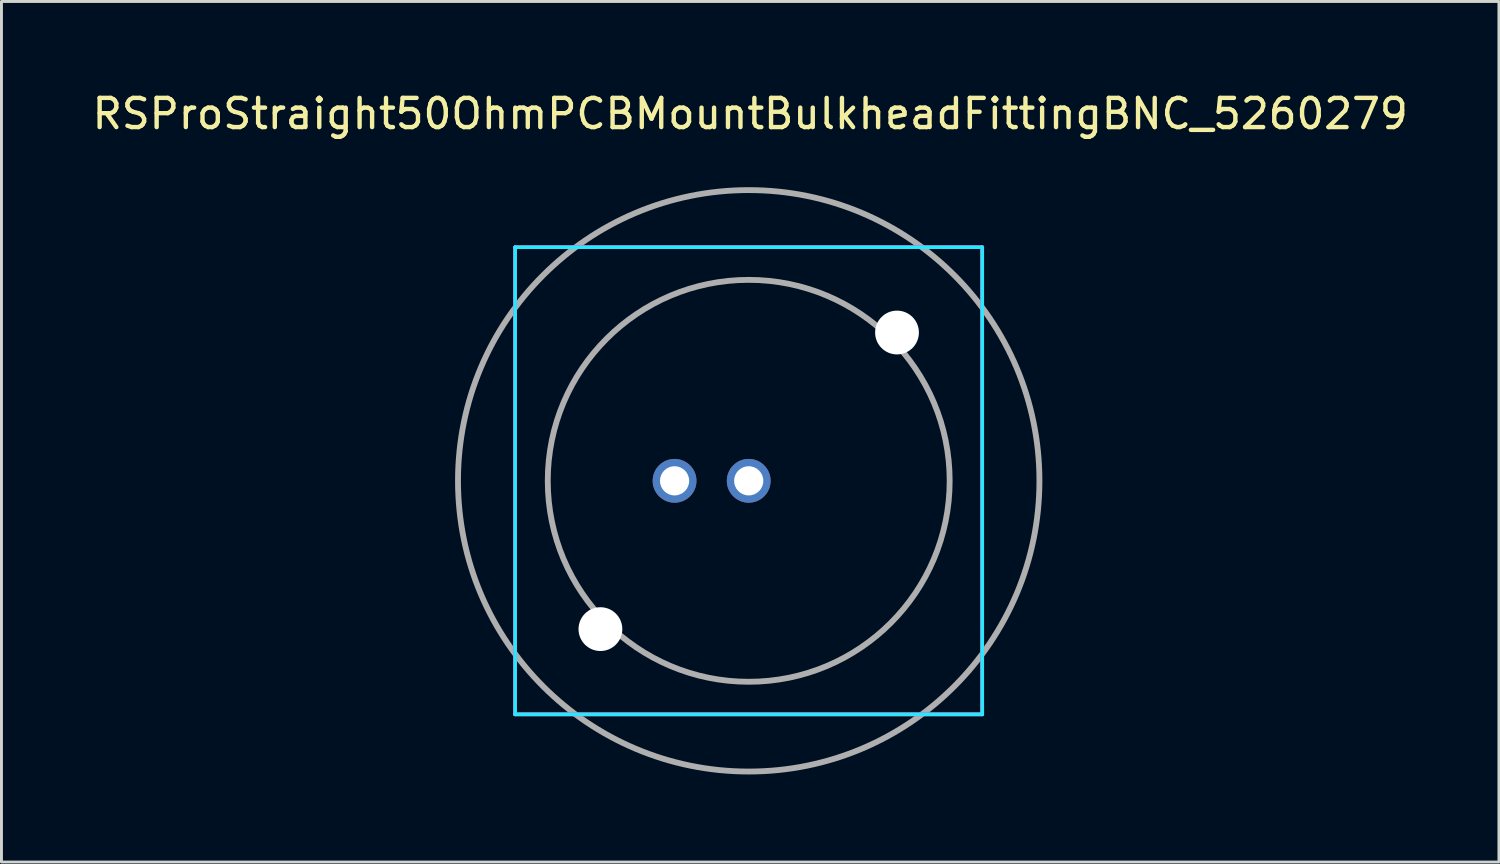
<source format=kicad_pcb>
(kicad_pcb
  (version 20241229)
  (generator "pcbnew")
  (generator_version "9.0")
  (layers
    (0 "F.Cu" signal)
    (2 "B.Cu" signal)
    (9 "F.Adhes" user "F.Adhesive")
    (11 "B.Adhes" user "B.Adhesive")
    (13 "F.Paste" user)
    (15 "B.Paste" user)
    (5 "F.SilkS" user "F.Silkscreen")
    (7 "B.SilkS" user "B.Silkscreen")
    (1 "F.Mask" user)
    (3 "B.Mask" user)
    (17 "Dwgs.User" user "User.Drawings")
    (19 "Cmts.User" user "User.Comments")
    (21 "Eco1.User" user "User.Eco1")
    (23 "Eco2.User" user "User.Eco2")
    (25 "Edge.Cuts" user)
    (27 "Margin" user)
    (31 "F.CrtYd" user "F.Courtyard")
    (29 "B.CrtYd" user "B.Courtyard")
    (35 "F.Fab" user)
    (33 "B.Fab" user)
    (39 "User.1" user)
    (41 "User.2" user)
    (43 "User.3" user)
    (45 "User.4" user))
  (footprint "RSProStraight50OhmPCBMountBulkheadFittingBNC_5260279"
    (layer "F.Cu")
    (at 22.598 13.421)
    (property "Reference" "RSProStraight50OhmPCBMountBulkheadFittingBNC_5260279" (at 0.051 -12.573 0) (layer "F.SilkS") (effects (font (size 1 1) (thickness 0.15))))
    (attr through_hole)
    (fp_line (start -8.001 -8.001) (end 8.001 -8.001) (stroke (width 0.12) (type solid)) (layer "F.SilkS"))
    (fp_line (start -8.001 8.001) (end -8.001 -8.001) (stroke (width 0.12) (type solid)) (layer "F.SilkS"))
    (fp_line (start -8.001 8.001) (end 8.001 8.001) (stroke (width 0.12) (type solid)) (layer "F.SilkS"))
    (fp_line (start 8.001 -8.001) (end 8.001 8.001) (stroke (width 0.12) (type solid)) (layer "F.SilkS"))
    (fp_line (start -8.001 -8.001) (end 8.001 -8.001) (stroke (width 0.12) (type solid)) (layer "B.CrtYd"))
    (fp_line (start -8.001 8.001) (end -8.001 -8.001) (stroke (width 0.12) (type solid)) (layer "B.CrtYd"))
    (fp_line (start -8.001 8.001) (end 8.001 8.001) (stroke (width 0.12) (type solid)) (layer "B.CrtYd"))
    (fp_line (start 8.001 -8.001) (end 8.001 8.001) (stroke (width 0.12) (type solid)) (layer "B.CrtYd"))
    (fp_line (start -8.001 -8.001) (end 8.001 -8.001) (stroke (width 0.12) (type solid)) (layer "F.CrtYd"))
    (fp_line (start -8.001 8.001) (end -8.001 -8.001) (stroke (width 0.12) (type solid)) (layer "F.CrtYd"))
    (fp_line (start -8.001 8.001) (end 8.001 8.001) (stroke (width 0.12) (type solid)) (layer "F.CrtYd"))
    (fp_line (start 8.001 -8.001) (end 8.001 8.001) (stroke (width 0.12) (type solid)) (layer "F.CrtYd"))
    (fp_circle (center 0 0) (end 6.884 0) (stroke (width 0.2) (type solid)) (fill no) (layer "F.Fab"))
    (fp_circle (center 0 0) (end 9.959 0) (stroke (width 0.2) (type solid)) (fill no) (layer "F.Fab"))
    (pad "" np_thru_hole circle (at -5.08 5.08) (size 1.5 1.5) (drill 1.5) (layers "*.Cu" "*.Mask"))
    (pad "" np_thru_hole circle (at 5.08 -5.08) (size 1.5 1.5) (drill 1.5) (layers "*.Cu" "*.Mask"))
    (pad "1" thru_hole circle (at 0 0) (size 1.5 1.5) (drill 1) (layers "*.Cu" "*.Mask"))
    (pad "2" thru_hole circle (at -2.54 0) (size 1.5 1.5) (drill 1) (layers "*.Cu" "*.Mask")))
  (gr_rect
    (start -3 -3)
    (end 48.298 26.48)
    (stroke (width 0.1) (type default))
    (fill no)
    (layer "Edge.Cuts")))
</source>
